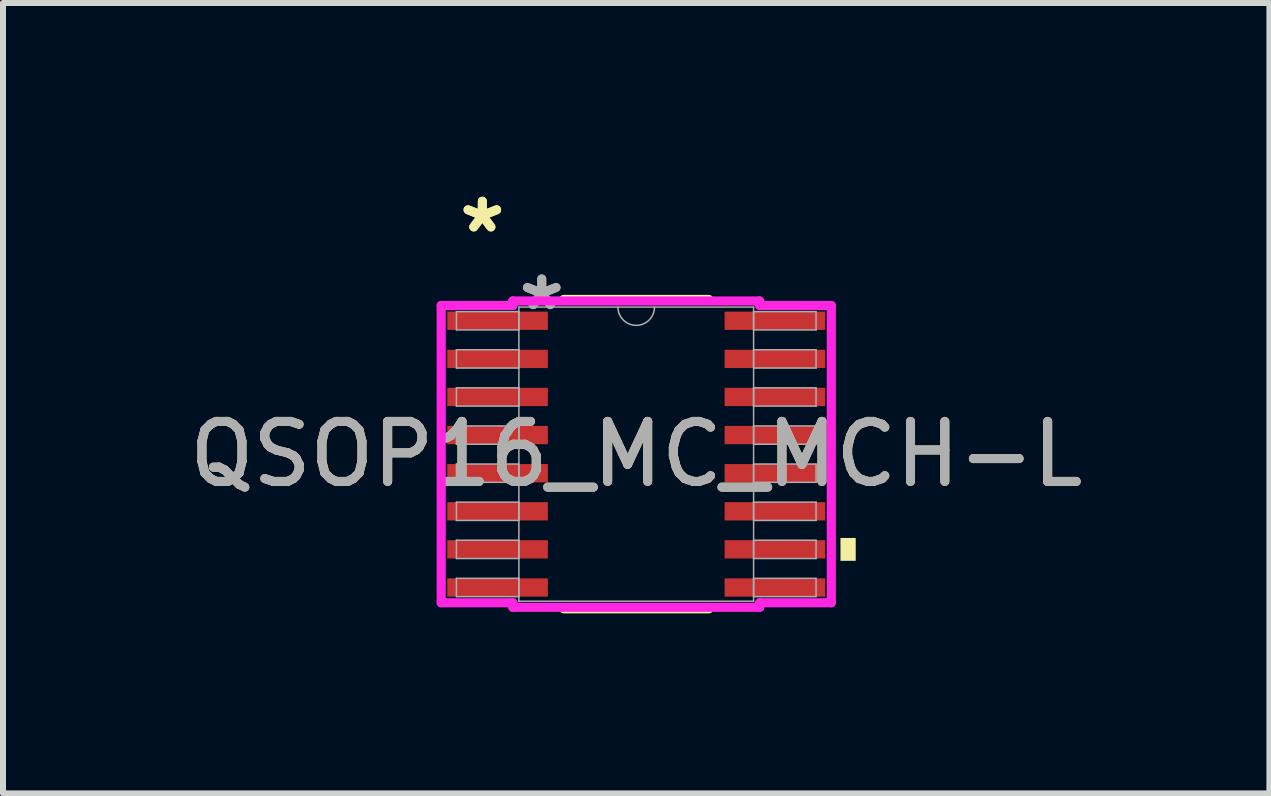
<source format=kicad_pcb>
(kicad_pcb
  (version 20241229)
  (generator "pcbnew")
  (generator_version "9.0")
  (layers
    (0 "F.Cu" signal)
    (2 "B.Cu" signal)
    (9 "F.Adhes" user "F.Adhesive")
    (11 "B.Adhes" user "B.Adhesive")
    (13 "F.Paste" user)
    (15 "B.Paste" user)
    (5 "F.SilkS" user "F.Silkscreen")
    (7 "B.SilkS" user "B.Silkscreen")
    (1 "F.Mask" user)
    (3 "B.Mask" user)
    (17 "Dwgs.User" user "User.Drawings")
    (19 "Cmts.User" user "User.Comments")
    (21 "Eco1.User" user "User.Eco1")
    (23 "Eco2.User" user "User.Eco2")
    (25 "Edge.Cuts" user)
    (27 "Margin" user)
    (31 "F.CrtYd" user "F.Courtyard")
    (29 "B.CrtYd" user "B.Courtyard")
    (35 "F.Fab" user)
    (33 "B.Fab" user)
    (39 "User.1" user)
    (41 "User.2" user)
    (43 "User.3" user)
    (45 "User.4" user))
  (footprint "QSOP16_MC_MCH-L"
    (layer "F.Cu")
    (at 7.554 4.519)
    (property "Reference" "QSOP16_MC_MCH-L" (at 0 0 0) (unlocked yes) (layer "F.SilkS") (effects (font (size 1 1) (thickness 0.15))))
    (attr smd)
    (fp_line (start -1.21 2.578) (end 1.21 2.578) (stroke (width 0.152) (type solid)) (layer "F.SilkS"))
    (fp_line (start 1.21 -2.578) (end -1.21 -2.578) (stroke (width 0.152) (type solid)) (layer "F.SilkS"))
    (fp_poly (pts (xy 3.658 1.397) (xy 3.658 1.778) (xy 3.404 1.778) (xy 3.404 1.397)) (stroke (width 0) (type solid)) (fill yes) (layer "F.SilkS"))
    (fp_line (start -3.251 -2.477) (end -2.057 -2.477) (stroke (width 0.152) (type solid)) (layer "F.CrtYd"))
    (fp_line (start -3.251 2.477) (end -3.251 -2.477) (stroke (width 0.152) (type solid)) (layer "F.CrtYd"))
    (fp_line (start -3.251 2.477) (end -2.057 2.477) (stroke (width 0.152) (type solid)) (layer "F.CrtYd"))
    (fp_line (start -2.057 -2.553) (end 2.057 -2.553) (stroke (width 0.152) (type solid)) (layer "F.CrtYd"))
    (fp_line (start -2.057 -2.477) (end -2.057 -2.553) (stroke (width 0.152) (type solid)) (layer "F.CrtYd"))
    (fp_line (start -2.057 2.553) (end -2.057 2.477) (stroke (width 0.152) (type solid)) (layer "F.CrtYd"))
    (fp_line (start 2.057 -2.553) (end 2.057 -2.477) (stroke (width 0.152) (type solid)) (layer "F.CrtYd"))
    (fp_line (start 2.057 2.477) (end 2.057 2.553) (stroke (width 0.152) (type solid)) (layer "F.CrtYd"))
    (fp_line (start 2.057 2.553) (end -2.057 2.553) (stroke (width 0.152) (type solid)) (layer "F.CrtYd"))
    (fp_line (start 3.251 -2.477) (end 2.057 -2.477) (stroke (width 0.152) (type solid)) (layer "F.CrtYd"))
    (fp_line (start 3.251 -2.477) (end 3.251 2.477) (stroke (width 0.152) (type solid)) (layer "F.CrtYd"))
    (fp_line (start 3.251 2.477) (end 2.057 2.477) (stroke (width 0.152) (type solid)) (layer "F.CrtYd"))
    (fp_line (start -2.997 -2.375) (end -2.997 -2.07) (stroke (width 0.025) (type solid)) (layer "F.Fab"))
    (fp_line (start -2.997 -2.07) (end -1.956 -2.07) (stroke (width 0.025) (type solid)) (layer "F.Fab"))
    (fp_line (start -2.997 -1.74) (end -2.997 -1.435) (stroke (width 0.025) (type solid)) (layer "F.Fab"))
    (fp_line (start -2.997 -1.435) (end -1.956 -1.435) (stroke (width 0.025) (type solid)) (layer "F.Fab"))
    (fp_line (start -2.997 -1.105) (end -2.997 -0.8) (stroke (width 0.025) (type solid)) (layer "F.Fab"))
    (fp_line (start -2.997 -0.8) (end -1.956 -0.8) (stroke (width 0.025) (type solid)) (layer "F.Fab"))
    (fp_line (start -2.997 -0.47) (end -2.997 -0.165) (stroke (width 0.025) (type solid)) (layer "F.Fab"))
    (fp_line (start -2.997 -0.165) (end -1.956 -0.165) (stroke (width 0.025) (type solid)) (layer "F.Fab"))
    (fp_line (start -2.997 0.165) (end -2.997 0.47) (stroke (width 0.025) (type solid)) (layer "F.Fab"))
    (fp_line (start -2.997 0.47) (end -1.956 0.47) (stroke (width 0.025) (type solid)) (layer "F.Fab"))
    (fp_line (start -2.997 0.8) (end -2.997 1.105) (stroke (width 0.025) (type solid)) (layer "F.Fab"))
    (fp_line (start -2.997 1.105) (end -1.956 1.105) (stroke (width 0.025) (type solid)) (layer "F.Fab"))
    (fp_line (start -2.997 1.435) (end -2.997 1.74) (stroke (width 0.025) (type solid)) (layer "F.Fab"))
    (fp_line (start -2.997 1.74) (end -1.956 1.74) (stroke (width 0.025) (type solid)) (layer "F.Fab"))
    (fp_line (start -2.997 2.07) (end -2.997 2.375) (stroke (width 0.025) (type solid)) (layer "F.Fab"))
    (fp_line (start -2.997 2.375) (end -1.956 2.375) (stroke (width 0.025) (type solid)) (layer "F.Fab"))
    (fp_line (start -1.956 -2.451) (end -1.956 2.451) (stroke (width 0.025) (type solid)) (layer "F.Fab"))
    (fp_line (start -1.956 -2.375) (end -2.997 -2.375) (stroke (width 0.025) (type solid)) (layer "F.Fab"))
    (fp_line (start -1.956 -2.07) (end -1.956 -2.375) (stroke (width 0.025) (type solid)) (layer "F.Fab"))
    (fp_line (start -1.956 -1.74) (end -2.997 -1.74) (stroke (width 0.025) (type solid)) (layer "F.Fab"))
    (fp_line (start -1.956 -1.435) (end -1.956 -1.74) (stroke (width 0.025) (type solid)) (layer "F.Fab"))
    (fp_line (start -1.956 -1.105) (end -2.997 -1.105) (stroke (width 0.025) (type solid)) (layer "F.Fab"))
    (fp_line (start -1.956 -0.8) (end -1.956 -1.105) (stroke (width 0.025) (type solid)) (layer "F.Fab"))
    (fp_line (start -1.956 -0.47) (end -2.997 -0.47) (stroke (width 0.025) (type solid)) (layer "F.Fab"))
    (fp_line (start -1.956 -0.165) (end -1.956 -0.47) (stroke (width 0.025) (type solid)) (layer "F.Fab"))
    (fp_line (start -1.956 0.165) (end -2.997 0.165) (stroke (width 0.025) (type solid)) (layer "F.Fab"))
    (fp_line (start -1.956 0.47) (end -1.956 0.165) (stroke (width 0.025) (type solid)) (layer "F.Fab"))
    (fp_line (start -1.956 0.8) (end -2.997 0.8) (stroke (width 0.025) (type solid)) (layer "F.Fab"))
    (fp_line (start -1.956 1.105) (end -1.956 0.8) (stroke (width 0.025) (type solid)) (layer "F.Fab"))
    (fp_line (start -1.956 1.435) (end -2.997 1.435) (stroke (width 0.025) (type solid)) (layer "F.Fab"))
    (fp_line (start -1.956 1.74) (end -1.956 1.435) (stroke (width 0.025) (type solid)) (layer "F.Fab"))
    (fp_line (start -1.956 2.07) (end -2.997 2.07) (stroke (width 0.025) (type solid)) (layer "F.Fab"))
    (fp_line (start -1.956 2.375) (end -1.956 2.07) (stroke (width 0.025) (type solid)) (layer "F.Fab"))
    (fp_line (start -1.956 2.451) (end 1.956 2.451) (stroke (width 0.025) (type solid)) (layer "F.Fab"))
    (fp_line (start 1.956 -2.451) (end -1.956 -2.451) (stroke (width 0.025) (type solid)) (layer "F.Fab"))
    (fp_line (start 1.956 -2.375) (end 1.956 -2.07) (stroke (width 0.025) (type solid)) (layer "F.Fab"))
    (fp_line (start 1.956 -2.07) (end 2.997 -2.07) (stroke (width 0.025) (type solid)) (layer "F.Fab"))
    (fp_line (start 1.956 -1.74) (end 1.956 -1.435) (stroke (width 0.025) (type solid)) (layer "F.Fab"))
    (fp_line (start 1.956 -1.435) (end 2.997 -1.435) (stroke (width 0.025) (type solid)) (layer "F.Fab"))
    (fp_line (start 1.956 -1.105) (end 1.956 -0.8) (stroke (width 0.025) (type solid)) (layer "F.Fab"))
    (fp_line (start 1.956 -0.8) (end 2.997 -0.8) (stroke (width 0.025) (type solid)) (layer "F.Fab"))
    (fp_line (start 1.956 -0.47) (end 1.956 -0.165) (stroke (width 0.025) (type solid)) (layer "F.Fab"))
    (fp_line (start 1.956 -0.165) (end 2.997 -0.165) (stroke (width 0.025) (type solid)) (layer "F.Fab"))
    (fp_line (start 1.956 0.165) (end 1.956 0.47) (stroke (width 0.025) (type solid)) (layer "F.Fab"))
    (fp_line (start 1.956 0.47) (end 2.997 0.47) (stroke (width 0.025) (type solid)) (layer "F.Fab"))
    (fp_line (start 1.956 0.8) (end 1.956 1.105) (stroke (width 0.025) (type solid)) (layer "F.Fab"))
    (fp_line (start 1.956 1.105) (end 2.997 1.105) (stroke (width 0.025) (type solid)) (layer "F.Fab"))
    (fp_line (start 1.956 1.435) (end 1.956 1.74) (stroke (width 0.025) (type solid)) (layer "F.Fab"))
    (fp_line (start 1.956 1.74) (end 2.997 1.74) (stroke (width 0.025) (type solid)) (layer "F.Fab"))
    (fp_line (start 1.956 2.07) (end 1.956 2.375) (stroke (width 0.025) (type solid)) (layer "F.Fab"))
    (fp_line (start 1.956 2.375) (end 2.997 2.375) (stroke (width 0.025) (type solid)) (layer "F.Fab"))
    (fp_line (start 1.956 2.451) (end 1.956 -2.451) (stroke (width 0.025) (type solid)) (layer "F.Fab"))
    (fp_line (start 2.997 -2.375) (end 1.956 -2.375) (stroke (width 0.025) (type solid)) (layer "F.Fab"))
    (fp_line (start 2.997 -2.07) (end 2.997 -2.375) (stroke (width 0.025) (type solid)) (layer "F.Fab"))
    (fp_line (start 2.997 -1.74) (end 1.956 -1.74) (stroke (width 0.025) (type solid)) (layer "F.Fab"))
    (fp_line (start 2.997 -1.435) (end 2.997 -1.74) (stroke (width 0.025) (type solid)) (layer "F.Fab"))
    (fp_line (start 2.997 -1.105) (end 1.956 -1.105) (stroke (width 0.025) (type solid)) (layer "F.Fab"))
    (fp_line (start 2.997 -0.8) (end 2.997 -1.105) (stroke (width 0.025) (type solid)) (layer "F.Fab"))
    (fp_line (start 2.997 -0.47) (end 1.956 -0.47) (stroke (width 0.025) (type solid)) (layer "F.Fab"))
    (fp_line (start 2.997 -0.165) (end 2.997 -0.47) (stroke (width 0.025) (type solid)) (layer "F.Fab"))
    (fp_line (start 2.997 0.165) (end 1.956 0.165) (stroke (width 0.025) (type solid)) (layer "F.Fab"))
    (fp_line (start 2.997 0.47) (end 2.997 0.165) (stroke (width 0.025) (type solid)) (layer "F.Fab"))
    (fp_line (start 2.997 0.8) (end 1.956 0.8) (stroke (width 0.025) (type solid)) (layer "F.Fab"))
    (fp_line (start 2.997 1.105) (end 2.997 0.8) (stroke (width 0.025) (type solid)) (layer "F.Fab"))
    (fp_line (start 2.997 1.435) (end 1.956 1.435) (stroke (width 0.025) (type solid)) (layer "F.Fab"))
    (fp_line (start 2.997 1.74) (end 2.997 1.435) (stroke (width 0.025) (type solid)) (layer "F.Fab"))
    (fp_line (start 2.997 2.07) (end 1.956 2.07) (stroke (width 0.025) (type solid)) (layer "F.Fab"))
    (fp_line (start 2.997 2.375) (end 2.997 2.07) (stroke (width 0.025) (type solid)) (layer "F.Fab"))
    (fp_arc (start 0.3048 -2.4511) (mid 0 -2.1463) (end -0.3048 -2.4511) (stroke (width 0.0254) (type solid)) (layer "F.Fab"))
    (fp_text user "*" (at -2.565 -3.67 0) (layer "F.SilkS") (effects (font (size 1 1) (thickness 0.15))))
    (fp_text user "*" (at -2.565 -3.67 0) (unlocked yes) (layer "F.SilkS") (effects (font (size 1 1) (thickness 0.15))))
    (fp_text user "*" (at -1.575 -2.375 0) (unlocked yes) (layer "F.Fab") (effects (font (size 1 1) (thickness 0.15))))
    (fp_text user "${REFERENCE}" (at 0 0 0) (unlocked yes) (layer "F.Fab") (effects (font (size 1 1) (thickness 0.15))))
    (fp_text user "*" (at -1.575 -2.375 0) (layer "F.Fab") (effects (font (size 1 1) (thickness 0.15))))
    (pad "1" smd rect (at -2.311 -2.223) (size 1.676 0.305) (layers "F.Cu" "F.Mask" "F.Paste"))
    (pad "2" smd rect (at -2.311 -1.587) (size 1.676 0.305) (layers "F.Cu" "F.Mask" "F.Paste"))
    (pad "3" smd rect (at -2.311 -0.953) (size 1.676 0.305) (layers "F.Cu" "F.Mask" "F.Paste"))
    (pad "4" smd rect (at -2.311 -0.318) (size 1.676 0.305) (layers "F.Cu" "F.Mask" "F.Paste"))
    (pad "5" smd rect (at -2.311 0.318) (size 1.676 0.305) (layers "F.Cu" "F.Mask" "F.Paste"))
    (pad "6" smd rect (at -2.311 0.953) (size 1.676 0.305) (layers "F.Cu" "F.Mask" "F.Paste"))
    (pad "7" smd rect (at -2.311 1.587) (size 1.676 0.305) (layers "F.Cu" "F.Mask" "F.Paste"))
    (pad "8" smd rect (at -2.311 2.223) (size 1.676 0.305) (layers "F.Cu" "F.Mask" "F.Paste"))
    (pad "9" smd rect (at 2.311 2.223) (size 1.676 0.305) (layers "F.Cu" "F.Mask" "F.Paste"))
    (pad "10" smd rect (at 2.311 1.587) (size 1.676 0.305) (layers "F.Cu" "F.Mask" "F.Paste"))
    (pad "11" smd rect (at 2.311 0.953) (size 1.676 0.305) (layers "F.Cu" "F.Mask" "F.Paste"))
    (pad "12" smd rect (at 2.311 0.318) (size 1.676 0.305) (layers "F.Cu" "F.Mask" "F.Paste"))
    (pad "13" smd rect (at 2.311 -0.318) (size 1.676 0.305) (layers "F.Cu" "F.Mask" "F.Paste"))
    (pad "14" smd rect (at 2.311 -0.953) (size 1.676 0.305) (layers "F.Cu" "F.Mask" "F.Paste"))
    (pad "15" smd rect (at 2.311 -1.587) (size 1.676 0.305) (layers "F.Cu" "F.Mask" "F.Paste"))
    (pad "16" smd rect (at 2.311 -2.223) (size 1.676 0.305) (layers "F.Cu" "F.Mask" "F.Paste")))
  (gr_rect
    (start -3 -3)
    (end 18.107 10.173)
    (stroke (width 0.1) (type default))
    (fill no)
    (layer "Edge.Cuts")))
</source>
